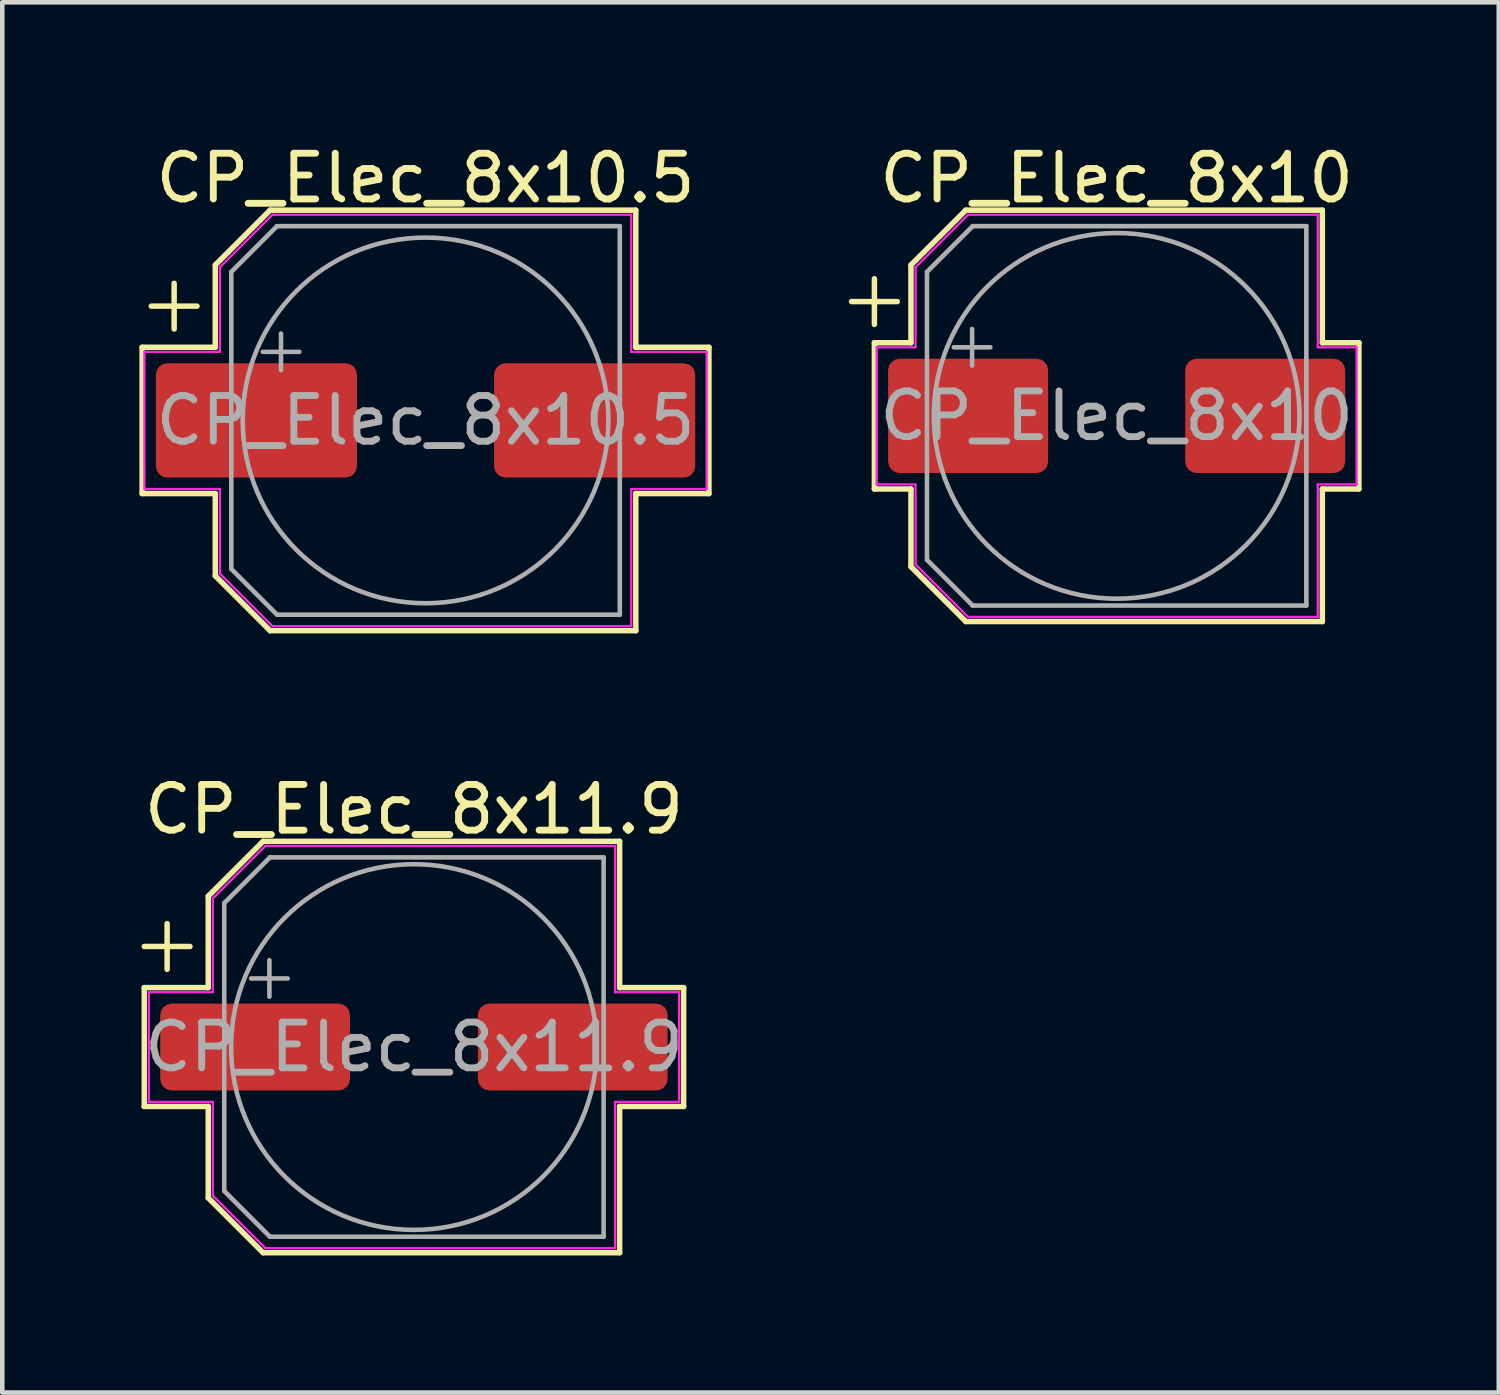
<source format=kicad_pcb>
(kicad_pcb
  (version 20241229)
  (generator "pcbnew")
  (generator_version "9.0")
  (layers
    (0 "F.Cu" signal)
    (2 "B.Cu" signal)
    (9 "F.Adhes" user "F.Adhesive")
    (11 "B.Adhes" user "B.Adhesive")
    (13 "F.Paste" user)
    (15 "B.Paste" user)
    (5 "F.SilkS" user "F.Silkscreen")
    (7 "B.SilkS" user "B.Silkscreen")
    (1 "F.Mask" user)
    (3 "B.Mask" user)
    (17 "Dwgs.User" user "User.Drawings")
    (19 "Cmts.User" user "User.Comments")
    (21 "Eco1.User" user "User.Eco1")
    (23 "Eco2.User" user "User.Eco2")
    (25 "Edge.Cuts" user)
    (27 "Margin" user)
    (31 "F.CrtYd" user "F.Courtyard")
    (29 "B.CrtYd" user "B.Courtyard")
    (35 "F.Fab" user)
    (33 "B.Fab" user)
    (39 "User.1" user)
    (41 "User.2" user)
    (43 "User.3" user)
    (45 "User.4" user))
  (footprint "CP_Elec_8x11.9"
    (layer "F.Cu")
    (at 6.006 19.857)
    (property "Reference" "CP_Elec_8x11.9" (at 0 -5.2 0) (layer "F.SilkS") (effects (font (size 1 1) (thickness 0.15))))
    (attr smd)
    (fp_line (start -5.9 -2.2) (end -4.9 -2.2) (stroke (width 0.12) (type solid)) (layer "F.SilkS"))
    (fp_line (start -5.9 -1.3) (end -5.9 1.3) (stroke (width 0.12) (type solid)) (layer "F.SilkS"))
    (fp_line (start -5.9 1.3) (end -4.5 1.3) (stroke (width 0.12) (type solid)) (layer "F.SilkS"))
    (fp_line (start -5.4 -2.7) (end -5.4 -1.7) (stroke (width 0.12) (type solid)) (layer "F.SilkS"))
    (fp_line (start -4.5 -3.3) (end -4.5 -1.3) (stroke (width 0.12) (type solid)) (layer "F.SilkS"))
    (fp_line (start -4.5 -1.3) (end -5.9 -1.3) (stroke (width 0.12) (type solid)) (layer "F.SilkS"))
    (fp_line (start -4.5 1.3) (end -4.5 3.3) (stroke (width 0.12) (type solid)) (layer "F.SilkS"))
    (fp_line (start -4.5 3.3) (end -3.3 4.5) (stroke (width 0.12) (type solid)) (layer "F.SilkS"))
    (fp_line (start -3.3 -4.5) (end -4.5 -3.3) (stroke (width 0.12) (type solid)) (layer "F.SilkS"))
    (fp_line (start -3.3 4.5) (end 4.5 4.5) (stroke (width 0.12) (type solid)) (layer "F.SilkS"))
    (fp_line (start 4.5 -4.5) (end -3.3 -4.5) (stroke (width 0.12) (type solid)) (layer "F.SilkS"))
    (fp_line (start 4.5 -1.3) (end 4.5 -4.5) (stroke (width 0.12) (type solid)) (layer "F.SilkS"))
    (fp_line (start 4.5 1.3) (end 5.9 1.3) (stroke (width 0.12) (type solid)) (layer "F.SilkS"))
    (fp_line (start 4.5 4.5) (end 4.5 1.3) (stroke (width 0.12) (type solid)) (layer "F.SilkS"))
    (fp_line (start 5.9 -1.3) (end 4.5 -1.3) (stroke (width 0.12) (type solid)) (layer "F.SilkS"))
    (fp_line (start 5.9 1.3) (end 5.9 -1.3) (stroke (width 0.12) (type solid)) (layer "F.SilkS"))
    (fp_line (start -5.8 -1.2) (end -5.8 1.2) (stroke (width 0.05) (type solid)) (layer "F.CrtYd"))
    (fp_line (start -5.8 1.2) (end -4.4 1.2) (stroke (width 0.05) (type solid)) (layer "F.CrtYd"))
    (fp_line (start -4.4 -3.25) (end -4.4 -1.2) (stroke (width 0.05) (type solid)) (layer "F.CrtYd"))
    (fp_line (start -4.4 -3.25) (end -3.25 -4.4) (stroke (width 0.05) (type solid)) (layer "F.CrtYd"))
    (fp_line (start -4.4 -1.2) (end -5.8 -1.2) (stroke (width 0.05) (type solid)) (layer "F.CrtYd"))
    (fp_line (start -4.4 1.2) (end -4.4 3.25) (stroke (width 0.05) (type solid)) (layer "F.CrtYd"))
    (fp_line (start -4.4 3.25) (end -3.25 4.4) (stroke (width 0.05) (type solid)) (layer "F.CrtYd"))
    (fp_line (start -3.25 -4.4) (end 4.4 -4.4) (stroke (width 0.05) (type solid)) (layer "F.CrtYd"))
    (fp_line (start -3.25 4.4) (end 4.4 4.4) (stroke (width 0.05) (type solid)) (layer "F.CrtYd"))
    (fp_line (start 4.4 -4.4) (end 4.4 -1.2) (stroke (width 0.05) (type solid)) (layer "F.CrtYd"))
    (fp_line (start 4.4 -1.2) (end 5.8 -1.2) (stroke (width 0.05) (type solid)) (layer "F.CrtYd"))
    (fp_line (start 4.4 1.2) (end 4.4 4.4) (stroke (width 0.05) (type solid)) (layer "F.CrtYd"))
    (fp_line (start 5.8 -1.2) (end 5.8 1.2) (stroke (width 0.05) (type solid)) (layer "F.CrtYd"))
    (fp_line (start 5.8 1.2) (end 4.4 1.2) (stroke (width 0.05) (type solid)) (layer "F.CrtYd"))
    (fp_line (start -4.15 -3.15) (end -4.15 3.15) (stroke (width 0.1) (type solid)) (layer "F.Fab"))
    (fp_line (start -4.15 -3.15) (end -3.15 -4.15) (stroke (width 0.1) (type solid)) (layer "F.Fab"))
    (fp_line (start -4.15 3.15) (end -3.15 4.15) (stroke (width 0.1) (type solid)) (layer "F.Fab"))
    (fp_line (start -3.562 -1.5) (end -2.762 -1.5) (stroke (width 0.1) (type solid)) (layer "F.Fab"))
    (fp_line (start -3.162 -1.9) (end -3.162 -1.1) (stroke (width 0.1) (type solid)) (layer "F.Fab"))
    (fp_line (start -3.15 -4.15) (end 4.15 -4.15) (stroke (width 0.1) (type solid)) (layer "F.Fab"))
    (fp_line (start -3.15 4.15) (end 4.15 4.15) (stroke (width 0.1) (type solid)) (layer "F.Fab"))
    (fp_line (start 4.15 -4.15) (end 4.15 4.15) (stroke (width 0.1) (type solid)) (layer "F.Fab"))
    (fp_circle (center 0 0) (end 4 0) (stroke (width 0.1) (type solid)) (fill no) (layer "F.Fab"))
    (fp_text user "${REFERENCE}" (at 0 0 0) (layer "F.Fab") (effects (font (size 1 1) (thickness 0.15))))
    (pad "1" smd roundrect (at -3.475 0) (size 4.15 1.9) (layers "F.Cu" "F.Mask" "F.Paste") (roundrect_rratio 0.132))
    (pad "2" smd roundrect (at 3.475 0) (size 4.15 1.9) (layers "F.Cu" "F.Mask" "F.Paste") (roundrect_rratio 0.132)))
  (footprint "CP_Elec_8x10"
    (layer "F.Cu")
    (at 21.38 6.048)
    (property "Reference" "CP_Elec_8x10" (at 0 -5.2 0) (layer "F.SilkS") (effects (font (size 1 1) (thickness 0.15))))
    (attr smd)
    (fp_line (start -5.8 -2.5) (end -4.8 -2.5) (stroke (width 0.12) (type solid)) (layer "F.SilkS"))
    (fp_line (start -5.3 -3) (end -5.3 -2) (stroke (width 0.12) (type solid)) (layer "F.SilkS"))
    (fp_line (start -5.3 -1.6) (end -5.3 1.6) (stroke (width 0.12) (type solid)) (layer "F.SilkS"))
    (fp_line (start -5.3 1.6) (end -4.5 1.6) (stroke (width 0.12) (type solid)) (layer "F.SilkS"))
    (fp_line (start -4.5 -3.3) (end -4.5 -1.6) (stroke (width 0.12) (type solid)) (layer "F.SilkS"))
    (fp_line (start -4.5 -1.6) (end -5.3 -1.6) (stroke (width 0.12) (type solid)) (layer "F.SilkS"))
    (fp_line (start -4.5 1.6) (end -4.5 3.3) (stroke (width 0.12) (type solid)) (layer "F.SilkS"))
    (fp_line (start -4.5 3.3) (end -3.3 4.5) (stroke (width 0.12) (type solid)) (layer "F.SilkS"))
    (fp_line (start -3.3 -4.5) (end -4.5 -3.3) (stroke (width 0.12) (type solid)) (layer "F.SilkS"))
    (fp_line (start -3.3 4.5) (end 4.5 4.5) (stroke (width 0.12) (type solid)) (layer "F.SilkS"))
    (fp_line (start 4.5 -4.5) (end -3.3 -4.5) (stroke (width 0.12) (type solid)) (layer "F.SilkS"))
    (fp_line (start 4.5 -1.6) (end 4.5 -4.5) (stroke (width 0.12) (type solid)) (layer "F.SilkS"))
    (fp_line (start 4.5 1.6) (end 5.3 1.6) (stroke (width 0.12) (type solid)) (layer "F.SilkS"))
    (fp_line (start 4.5 4.5) (end 4.5 1.6) (stroke (width 0.12) (type solid)) (layer "F.SilkS"))
    (fp_line (start 5.3 -1.6) (end 4.5 -1.6) (stroke (width 0.12) (type solid)) (layer "F.SilkS"))
    (fp_line (start 5.3 1.6) (end 5.3 -1.6) (stroke (width 0.12) (type solid)) (layer "F.SilkS"))
    (fp_line (start -5.25 -1.5) (end -5.25 1.5) (stroke (width 0.05) (type solid)) (layer "F.CrtYd"))
    (fp_line (start -5.25 1.5) (end -4.4 1.5) (stroke (width 0.05) (type solid)) (layer "F.CrtYd"))
    (fp_line (start -4.4 -3.25) (end -4.4 -1.5) (stroke (width 0.05) (type solid)) (layer "F.CrtYd"))
    (fp_line (start -4.4 -3.25) (end -3.25 -4.4) (stroke (width 0.05) (type solid)) (layer "F.CrtYd"))
    (fp_line (start -4.4 -1.5) (end -5.25 -1.5) (stroke (width 0.05) (type solid)) (layer "F.CrtYd"))
    (fp_line (start -4.4 1.5) (end -4.4 3.25) (stroke (width 0.05) (type solid)) (layer "F.CrtYd"))
    (fp_line (start -4.4 3.25) (end -3.25 4.4) (stroke (width 0.05) (type solid)) (layer "F.CrtYd"))
    (fp_line (start -3.25 -4.4) (end 4.4 -4.4) (stroke (width 0.05) (type solid)) (layer "F.CrtYd"))
    (fp_line (start -3.25 4.4) (end 4.4 4.4) (stroke (width 0.05) (type solid)) (layer "F.CrtYd"))
    (fp_line (start 4.4 -4.4) (end 4.4 -1.5) (stroke (width 0.05) (type solid)) (layer "F.CrtYd"))
    (fp_line (start 4.4 -1.5) (end 5.25 -1.5) (stroke (width 0.05) (type solid)) (layer "F.CrtYd"))
    (fp_line (start 4.4 1.5) (end 4.4 4.4) (stroke (width 0.05) (type solid)) (layer "F.CrtYd"))
    (fp_line (start 5.25 -1.5) (end 5.25 1.5) (stroke (width 0.05) (type solid)) (layer "F.CrtYd"))
    (fp_line (start 5.25 1.5) (end 4.4 1.5) (stroke (width 0.05) (type solid)) (layer "F.CrtYd"))
    (fp_line (start -4.15 -3.15) (end -4.15 3.15) (stroke (width 0.1) (type solid)) (layer "F.Fab"))
    (fp_line (start -4.15 -3.15) (end -3.15 -4.15) (stroke (width 0.1) (type solid)) (layer "F.Fab"))
    (fp_line (start -4.15 3.15) (end -3.15 4.15) (stroke (width 0.1) (type solid)) (layer "F.Fab"))
    (fp_line (start -3.562 -1.5) (end -2.762 -1.5) (stroke (width 0.1) (type solid)) (layer "F.Fab"))
    (fp_line (start -3.162 -1.9) (end -3.162 -1.1) (stroke (width 0.1) (type solid)) (layer "F.Fab"))
    (fp_line (start -3.15 -4.15) (end 4.15 -4.15) (stroke (width 0.1) (type solid)) (layer "F.Fab"))
    (fp_line (start -3.15 4.15) (end 4.15 4.15) (stroke (width 0.1) (type solid)) (layer "F.Fab"))
    (fp_line (start 4.15 -4.15) (end 4.15 4.15) (stroke (width 0.1) (type solid)) (layer "F.Fab"))
    (fp_circle (center 0 0) (end 4 0) (stroke (width 0.1) (type solid)) (fill no) (layer "F.Fab"))
    (fp_text user "${REFERENCE}" (at 0 0 0) (layer "F.Fab") (effects (font (size 1 1) (thickness 0.15))))
    (pad "1" smd roundrect (at -3.25 0) (size 3.5 2.5) (layers "F.Cu" "F.Mask" "F.Paste") (roundrect_rratio 0.1))
    (pad "2" smd roundrect (at 3.25 0) (size 3.5 2.5) (layers "F.Cu" "F.Mask" "F.Paste") (roundrect_rratio 0.1)))
  (footprint "CP_Elec_8x10.5"
    (layer "F.Cu")
    (at 6.26 6.148)
    (property "Reference" "CP_Elec_8x10.5" (at 0 -5.3 0) (layer "F.SilkS") (effects (font (size 1 1) (thickness 0.15))))
    (attr smd)
    (fp_line (start -6.2 -1.6) (end -6.2 1.6) (stroke (width 0.12) (type solid)) (layer "F.SilkS"))
    (fp_line (start -6.2 1.6) (end -4.6 1.6) (stroke (width 0.12) (type solid)) (layer "F.SilkS"))
    (fp_line (start -6 -2.5) (end -5 -2.5) (stroke (width 0.12) (type solid)) (layer "F.SilkS"))
    (fp_line (start -5.5 -3) (end -5.5 -2) (stroke (width 0.12) (type solid)) (layer "F.SilkS"))
    (fp_line (start -4.6 -3.4) (end -4.6 -1.6) (stroke (width 0.12) (type solid)) (layer "F.SilkS"))
    (fp_line (start -4.6 -1.6) (end -6.2 -1.6) (stroke (width 0.12) (type solid)) (layer "F.SilkS"))
    (fp_line (start -4.6 1.6) (end -4.6 3.4) (stroke (width 0.12) (type solid)) (layer "F.SilkS"))
    (fp_line (start -4.6 3.4) (end -3.4 4.6) (stroke (width 0.12) (type solid)) (layer "F.SilkS"))
    (fp_line (start -3.4 -4.6) (end -4.6 -3.4) (stroke (width 0.12) (type solid)) (layer "F.SilkS"))
    (fp_line (start -3.4 4.6) (end 4.6 4.6) (stroke (width 0.12) (type solid)) (layer "F.SilkS"))
    (fp_line (start 4.6 -4.6) (end -3.4 -4.6) (stroke (width 0.12) (type solid)) (layer "F.SilkS"))
    (fp_line (start 4.6 -1.6) (end 4.6 -4.6) (stroke (width 0.12) (type solid)) (layer "F.SilkS"))
    (fp_line (start 4.6 1.6) (end 6.2 1.6) (stroke (width 0.12) (type solid)) (layer "F.SilkS"))
    (fp_line (start 4.6 4.6) (end 4.6 1.6) (stroke (width 0.12) (type solid)) (layer "F.SilkS"))
    (fp_line (start 6.2 -1.6) (end 4.6 -1.6) (stroke (width 0.12) (type solid)) (layer "F.SilkS"))
    (fp_line (start 6.2 1.6) (end 6.2 -1.6) (stroke (width 0.12) (type solid)) (layer "F.SilkS"))
    (fp_line (start -6.15 -1.5) (end -6.15 1.5) (stroke (width 0.05) (type solid)) (layer "F.CrtYd"))
    (fp_line (start -6.15 1.5) (end -4.5 1.5) (stroke (width 0.05) (type solid)) (layer "F.CrtYd"))
    (fp_line (start -4.5 -3.35) (end -4.5 -1.5) (stroke (width 0.05) (type solid)) (layer "F.CrtYd"))
    (fp_line (start -4.5 -3.35) (end -3.35 -4.5) (stroke (width 0.05) (type solid)) (layer "F.CrtYd"))
    (fp_line (start -4.5 -1.5) (end -6.15 -1.5) (stroke (width 0.05) (type solid)) (layer "F.CrtYd"))
    (fp_line (start -4.5 1.5) (end -4.5 3.35) (stroke (width 0.05) (type solid)) (layer "F.CrtYd"))
    (fp_line (start -4.5 3.35) (end -3.35 4.5) (stroke (width 0.05) (type solid)) (layer "F.CrtYd"))
    (fp_line (start -3.35 -4.5) (end 4.5 -4.5) (stroke (width 0.05) (type solid)) (layer "F.CrtYd"))
    (fp_line (start -3.35 4.5) (end 4.5 4.5) (stroke (width 0.05) (type solid)) (layer "F.CrtYd"))
    (fp_line (start 4.5 -4.5) (end 4.5 -1.5) (stroke (width 0.05) (type solid)) (layer "F.CrtYd"))
    (fp_line (start 4.5 -1.5) (end 6.15 -1.5) (stroke (width 0.05) (type solid)) (layer "F.CrtYd"))
    (fp_line (start 4.5 1.5) (end 4.5 4.5) (stroke (width 0.05) (type solid)) (layer "F.CrtYd"))
    (fp_line (start 6.15 -1.5) (end 6.15 1.5) (stroke (width 0.05) (type solid)) (layer "F.CrtYd"))
    (fp_line (start 6.15 1.5) (end 4.5 1.5) (stroke (width 0.05) (type solid)) (layer "F.CrtYd"))
    (fp_line (start -4.25 -3.25) (end -4.25 3.25) (stroke (width 0.1) (type solid)) (layer "F.Fab"))
    (fp_line (start -4.25 -3.25) (end -3.25 -4.25) (stroke (width 0.1) (type solid)) (layer "F.Fab"))
    (fp_line (start -4.25 3.25) (end -3.25 4.25) (stroke (width 0.1) (type solid)) (layer "F.Fab"))
    (fp_line (start -3.562 -1.5) (end -2.762 -1.5) (stroke (width 0.1) (type solid)) (layer "F.Fab"))
    (fp_line (start -3.25 -4.25) (end 4.25 -4.25) (stroke (width 0.1) (type solid)) (layer "F.Fab"))
    (fp_line (start -3.25 4.25) (end 4.25 4.25) (stroke (width 0.1) (type solid)) (layer "F.Fab"))
    (fp_line (start -3.162 -1.9) (end -3.162 -1.1) (stroke (width 0.1) (type solid)) (layer "F.Fab"))
    (fp_line (start 4.25 -4.25) (end 4.25 4.25) (stroke (width 0.1) (type solid)) (layer "F.Fab"))
    (fp_circle (center 0 0) (end 4 0) (stroke (width 0.1) (type solid)) (fill no) (layer "F.Fab"))
    (fp_text user "${REFERENCE}" (at 0 0 0) (layer "F.Fab") (effects (font (size 1 1) (thickness 0.15))))
    (pad "1" smd roundrect (at -3.7 0) (size 4.4 2.5) (layers "F.Cu" "F.Mask" "F.Paste") (roundrect_rratio 0.1))
    (pad "2" smd roundrect (at 3.7 0) (size 4.4 2.5) (layers "F.Cu" "F.Mask" "F.Paste") (roundrect_rratio 0.1)))
  (gr_rect
    (start -3 -3)
    (end 29.74 27.416)
    (stroke (width 0.1) (type default))
    (fill no)
    (layer "Edge.Cuts")))
</source>
